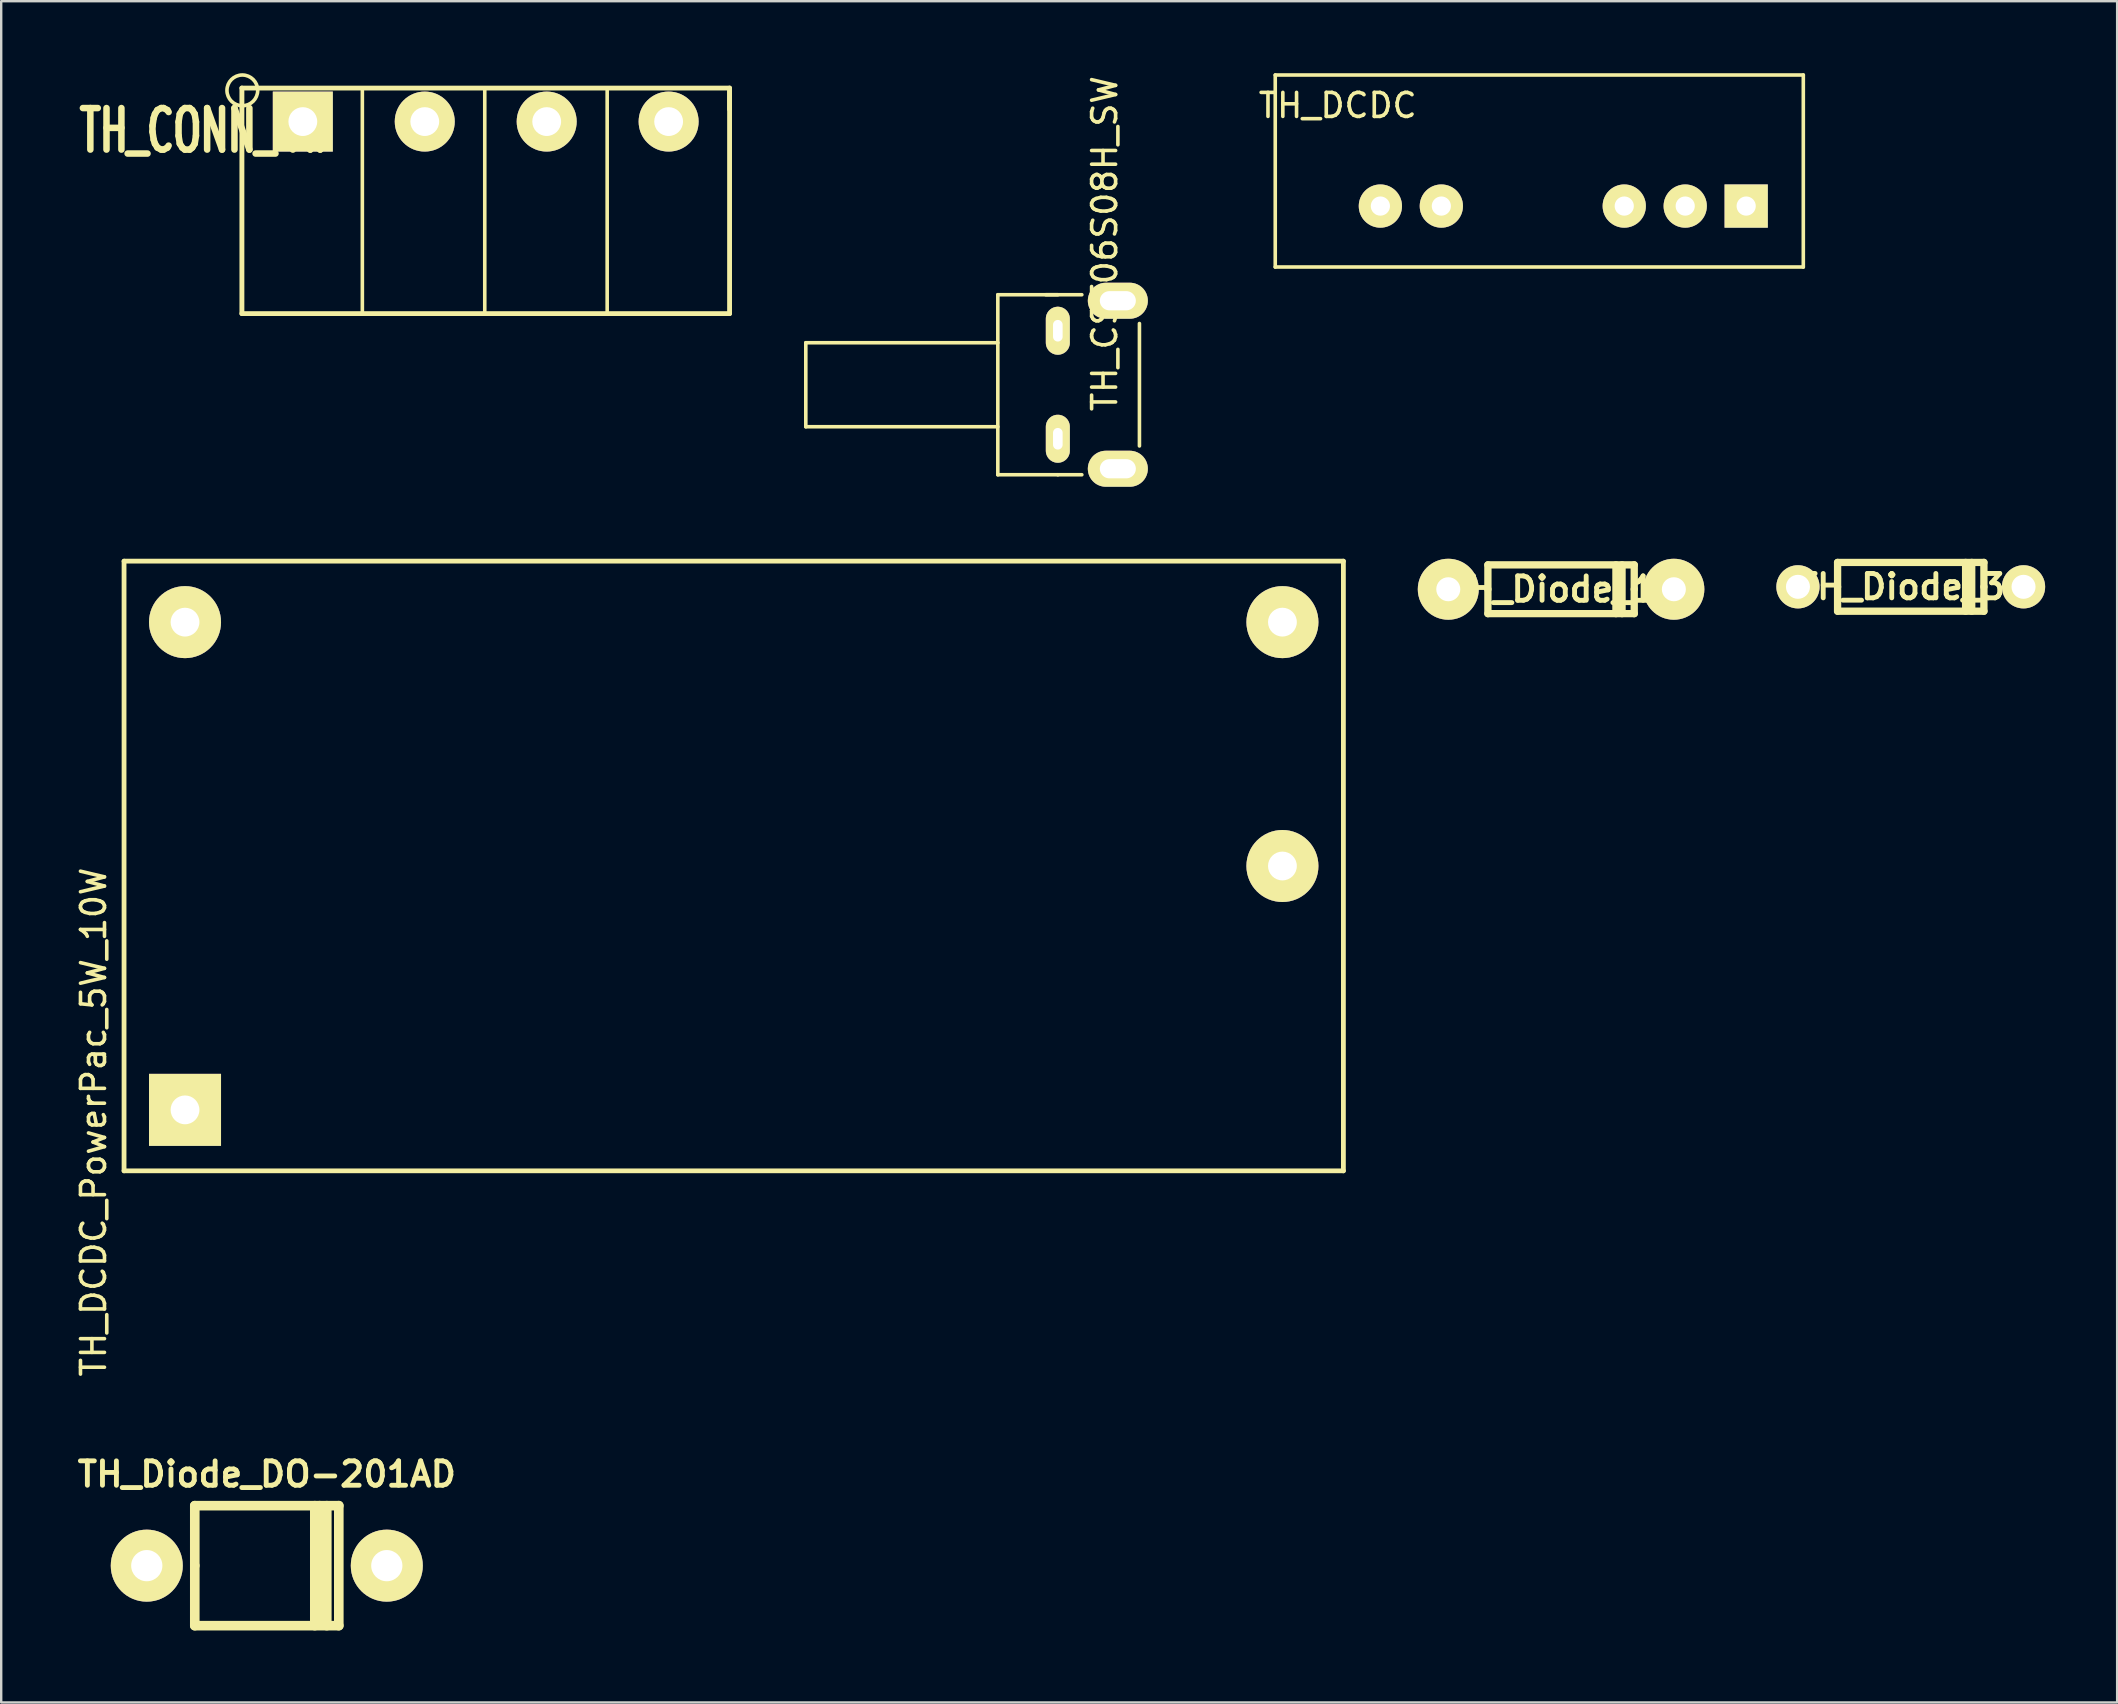
<source format=kicad_pcb>
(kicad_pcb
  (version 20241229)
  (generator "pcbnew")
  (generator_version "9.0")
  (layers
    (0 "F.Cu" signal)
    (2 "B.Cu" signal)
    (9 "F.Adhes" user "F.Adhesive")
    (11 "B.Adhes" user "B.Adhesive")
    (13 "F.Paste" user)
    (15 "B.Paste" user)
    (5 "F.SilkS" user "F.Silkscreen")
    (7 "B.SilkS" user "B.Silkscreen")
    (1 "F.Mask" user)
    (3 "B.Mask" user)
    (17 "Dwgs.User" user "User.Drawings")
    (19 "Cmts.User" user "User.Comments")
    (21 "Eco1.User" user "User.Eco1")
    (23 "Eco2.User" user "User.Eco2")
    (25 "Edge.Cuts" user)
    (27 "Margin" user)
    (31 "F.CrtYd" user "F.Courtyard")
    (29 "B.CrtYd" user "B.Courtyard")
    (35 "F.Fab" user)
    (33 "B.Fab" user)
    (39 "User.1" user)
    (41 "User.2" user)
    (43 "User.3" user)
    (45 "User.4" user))
  (footprint "TH_DCDC"
    (layer "F.Cu")
    (at 62.079 8.075)
    (property "Reference" "TH_DCDC" (at -9.398 -6.731 0) (layer "F.SilkS") (effects (font (size 1 1) (thickness 0.15))))
    (attr through_hole)
    (fp_line (start -12 -8) (end 10 -8) (stroke (width 0.15) (type solid)) (layer "F.SilkS"))
    (fp_line (start -12 0) (end -12 -8) (stroke (width 0.15) (type solid)) (layer "F.SilkS"))
    (fp_line (start 10 -8) (end 10 0) (stroke (width 0.15) (type solid)) (layer "F.SilkS"))
    (fp_line (start 10 0) (end -12 0) (stroke (width 0.15) (type solid)) (layer "F.SilkS"))
    (pad "1" thru_hole rect (at 7.62 -2.54) (size 1.801 1.801) (drill 0.8) (layers "*.Cu" "*.Mask" "F.SilkS"))
    (pad "2" thru_hole circle (at 5.08 -2.54) (size 1.801 1.801) (drill 0.8) (layers "*.Cu" "*.Mask" "F.SilkS"))
    (pad "3" thru_hole circle (at 2.54 -2.54) (size 1.801 1.801) (drill 0.8) (layers "*.Cu" "*.Mask" "F.SilkS"))
    (pad "6" thru_hole circle (at -5.08 -2.54) (size 1.801 1.801) (drill 0.8) (layers "*.Cu" "*.Mask" "F.SilkS"))
    (pad "7" thru_hole circle (at -7.62 -2.54) (size 1.801 1.801) (drill 0.8) (layers "*.Cu" "*.Mask" "F.SilkS")))
  (footprint "TH_Diode_1"
    (layer "F.Cu")
    (at 61.606 21.499)
    (property "Reference" "TH_Diode_1" (at 0 0 0) (layer "F.SilkS") (effects (font (size 1.016 1.016) (thickness 0.203))))
    (attr through_hole)
    (fp_line (start -2.667 -1.016) (end -2.667 0) (stroke (width 0.305) (type solid)) (layer "F.SilkS"))
    (fp_line (start -2.667 0) (end -2.667 1.016) (stroke (width 0.305) (type solid)) (layer "F.SilkS"))
    (fp_line (start -2.667 1.016) (end 3.429 1.016) (stroke (width 0.305) (type solid)) (layer "F.SilkS"))
    (fp_line (start 2.667 1.016) (end 2.667 -1.016) (stroke (width 0.305) (type solid)) (layer "F.SilkS"))
    (fp_line (start 2.921 -1.016) (end 2.921 1.016) (stroke (width 0.305) (type solid)) (layer "F.SilkS"))
    (fp_line (start 3.429 -1.016) (end -2.667 -1.016) (stroke (width 0.305) (type solid)) (layer "F.SilkS"))
    (fp_line (start 3.429 0) (end 3.429 -1.016) (stroke (width 0.305) (type solid)) (layer "F.SilkS"))
    (fp_line (start 3.429 1.016) (end 3.429 0) (stroke (width 0.305) (type solid)) (layer "F.SilkS"))
    (pad "1" thru_hole circle (at 5.08 0) (size 2.54 2.54) (drill 1.001) (layers "*.Cu" "*.Mask" "F.SilkS"))
    (pad "2" thru_hole circle (at -4.318 0) (size 2.54 2.54) (drill 1.001) (layers "*.Cu" "*.Mask" "F.SilkS")))
  (footprint "TH_Diode_3"
    (layer "F.Cu")
    (at 76.174 21.398)
    (property "Reference" "TH_Diode_3" (at 0 0 0) (layer "F.SilkS") (effects (font (size 1.016 1.016) (thickness 0.203))))
    (attr through_hole)
    (fp_line (start -2.667 -1.016) (end -2.667 0) (stroke (width 0.305) (type solid)) (layer "F.SilkS"))
    (fp_line (start -2.667 0) (end -2.667 1.016) (stroke (width 0.305) (type solid)) (layer "F.SilkS"))
    (fp_line (start -2.667 1.016) (end 3.429 1.016) (stroke (width 0.305) (type solid)) (layer "F.SilkS"))
    (fp_line (start 2.667 1.016) (end 2.667 -1.016) (stroke (width 0.305) (type solid)) (layer "F.SilkS"))
    (fp_line (start 2.921 -1.016) (end 2.921 1.016) (stroke (width 0.305) (type solid)) (layer "F.SilkS"))
    (fp_line (start 3.429 -1.016) (end -2.667 -1.016) (stroke (width 0.305) (type solid)) (layer "F.SilkS"))
    (fp_line (start 3.429 0) (end 3.429 -1.016) (stroke (width 0.305) (type solid)) (layer "F.SilkS"))
    (fp_line (start 3.429 1.016) (end 3.429 0) (stroke (width 0.305) (type solid)) (layer "F.SilkS"))
    (pad "1" thru_hole circle (at 5.08 0) (size 1.8 1.8) (drill 1.001) (layers "*.Cu" "*.Mask" "F.SilkS"))
    (pad "2" thru_hole circle (at -4.318 0) (size 1.8 1.8) (drill 1.001) (layers "*.Cu" "*.Mask" "F.SilkS")))
  (footprint "TH_CST06S08H_SW"
    (layer "F.Cu")
    (at 46.021 15.229)
    (property "Reference" "TH_CST06S08H_SW" (at -3.048 -8.128 90) (layer "F.SilkS") (effects (font (size 1 1) (thickness 0.15))))
    (attr smd)
    (fp_line (start -15.5 -4) (end -15.5 -0.5) (stroke (width 0.15) (type solid)) (layer "F.SilkS"))
    (fp_line (start -7.5 -6) (end -7.5 1.5) (stroke (width 0.15) (type solid)) (layer "F.SilkS"))
    (fp_line (start -7.5 -4) (end -15.5 -4) (stroke (width 0.15) (type solid)) (layer "F.SilkS"))
    (fp_line (start -7.5 -0.5) (end -15.5 -0.5) (stroke (width 0.15) (type solid)) (layer "F.SilkS"))
    (fp_line (start -7.5 1.5) (end -5 1.5) (stroke (width 0.15) (type solid)) (layer "F.SilkS"))
    (fp_line (start -5.5 -6) (end -4 -6) (stroke (width 0.15) (type solid)) (layer "F.SilkS"))
    (fp_line (start -5 -6) (end -7.5 -6) (stroke (width 0.15) (type solid)) (layer "F.SilkS"))
    (fp_line (start -5 1.5) (end -4 1.5) (stroke (width 0.15) (type solid)) (layer "F.SilkS"))
    (fp_line (start -1.6 0.3) (end -1.6 -4.8) (stroke (width 0.15) (type solid)) (layer "F.SilkS"))
    (pad "1" thru_hole oval (at -5 0) (size 1 2) (drill oval 0.4 0.9) (layers "*.Cu" "*.Mask" "F.SilkS"))
    (pad "2" thru_hole oval (at -5 -4.5) (size 1 2) (drill oval 0.4 0.9) (layers "*.Cu" "*.Mask" "F.SilkS"))
    (pad "3" thru_hole oval (at -2.5 -5.75) (size 2.5 1.5) (drill oval 1.5 0.8) (layers "*.Cu" "*.Mask" "F.SilkS"))
    (pad "4" thru_hole oval (at -2.5 1.25) (size 2.5 1.5) (drill oval 1.5 0.8) (layers "*.Cu" "*.Mask" "F.SilkS")))
  (footprint "TH_CONN_4W"
    (layer "F.Cu")
    (at 14.646 2.015)
    (property "Reference" "TH_CONN_4W" (at -9.144 0.381 0) (layer "F.SilkS") (effects (font (size 1.73 1.087) (thickness 0.272))))
    (attr through_hole)
    (fp_line (start -7.62 -1.397) (end -7.62 8.001) (stroke (width 0.2) (type solid)) (layer "F.SilkS"))
    (fp_line (start -7.62 -1.397) (end 12.7 -1.397) (stroke (width 0.2) (type solid)) (layer "F.SilkS"))
    (fp_line (start -7.62 8.001) (end 12.7 8.001) (stroke (width 0.2) (type solid)) (layer "F.SilkS"))
    (fp_line (start -7.6 8) (end -7.6 -1.3) (stroke (width 0.15) (type solid)) (layer "F.SilkS"))
    (fp_line (start -2.6 -1.3) (end -2.6 8) (stroke (width 0.15) (type solid)) (layer "F.SilkS"))
    (fp_line (start 2.5 8) (end 2.5 -1.3) (stroke (width 0.15) (type solid)) (layer "F.SilkS"))
    (fp_line (start 7.6 -1.3) (end 7.6 8) (stroke (width 0.15) (type solid)) (layer "F.SilkS"))
    (fp_line (start 12.7 -1.397) (end 12.7 -0.508) (stroke (width 0.2) (type solid)) (layer "F.SilkS"))
    (fp_line (start 12.7 8) (end 12.7 -1.2) (stroke (width 0.15) (type solid)) (layer "F.SilkS"))
    (fp_line (start 12.7 8.001) (end 12.7 -1.27) (stroke (width 0.2) (type solid)) (layer "F.SilkS"))
    (fp_circle (center -7.6 -1.3) (end -7.2 -0.8) (stroke (width 0.15) (type solid)) (fill no) (layer "F.SilkS"))
    (pad "1" thru_hole rect (at -5.08 0) (size 2.499 2.499) (drill 1.2) (layers "*.Cu" "*.Mask" "F.SilkS"))
    (pad "2" thru_hole circle (at 0 0) (size 2.499 2.499) (drill 1.2) (layers "*.Cu" "*.Mask" "F.SilkS"))
    (pad "3" thru_hole circle (at 5.08 0) (size 2.499 2.499) (drill 1.2) (layers "*.Cu" "*.Mask" "F.SilkS"))
    (pad "4" thru_hole circle (at 10.16 0) (size 2.499 2.499) (drill 1.2) (layers "*.Cu" "*.Mask" "F.SilkS")))
  (footprint "TH_Diode_DO-201AD"
    (layer "F.Cu")
    (at 8.065 62.178)
    (property "Reference" "TH_Diode_DO-201AD" (at 0 -3.81 0) (layer "F.SilkS") (effects (font (size 1.016 1.016) (thickness 0.203))))
    (attr through_hole)
    (fp_line (start -3 -2.5) (end 3 -2.5) (stroke (width 0.4) (type solid)) (layer "F.SilkS"))
    (fp_line (start -3 0) (end -3 -2.5) (stroke (width 0.4) (type solid)) (layer "F.SilkS"))
    (fp_line (start -3 2.5) (end -3 0) (stroke (width 0.4) (type solid)) (layer "F.SilkS"))
    (fp_line (start 2 -2.5) (end 2 2.5) (stroke (width 0.4) (type solid)) (layer "F.SilkS"))
    (fp_line (start 2.2 -2.5) (end 2.2 2.4) (stroke (width 0.4) (type solid)) (layer "F.SilkS"))
    (fp_line (start 2.5 -2.5) (end 2.5 2.5) (stroke (width 0.4) (type solid)) (layer "F.SilkS"))
    (fp_line (start 3 -2.5) (end 3 2.5) (stroke (width 0.4) (type solid)) (layer "F.SilkS"))
    (fp_line (start 3 2.5) (end -3 2.5) (stroke (width 0.4) (type solid)) (layer "F.SilkS"))
    (pad "1" thru_hole circle (at -5 0) (size 3 3) (drill 1.3) (layers "*.Cu" "*.Mask" "F.SilkS"))
    (pad "2" thru_hole circle (at 5 0) (size 3 3) (drill 1.3) (layers "*.Cu" "*.Mask" "F.SilkS")))
  (footprint "TH_DCDC_PowerPac_5W_10W"
    (layer "F.Cu")
    (at 27.518 33.029)
    (property "Reference" "TH_DCDC_PowerPac_5W_10W" (at -26.67 10.668 90) (layer "F.SilkS") (effects (font (size 1 1) (thickness 0.15))))
    (attr through_hole)
    (fp_line (start -25.4 -12.7) (end 25.4 -12.7) (stroke (width 0.2) (type solid)) (layer "F.SilkS"))
    (fp_line (start -25.4 12.7) (end -25.4 -12.7) (stroke (width 0.2) (type solid)) (layer "F.SilkS"))
    (fp_line (start 25.4 -12.7) (end 25.4 12.7) (stroke (width 0.2) (type solid)) (layer "F.SilkS"))
    (fp_line (start 25.4 12.7) (end -25.4 12.7) (stroke (width 0.2) (type solid)) (layer "F.SilkS"))
    (pad "1" thru_hole rect (at -22.86 10.16) (size 3 3) (drill 1.2) (layers "*.Cu" "*.Mask" "F.SilkS"))
    (pad "2" thru_hole circle (at -22.86 -10.16) (size 3 3) (drill 1.2) (layers "*.Cu" "*.Mask" "F.SilkS"))
    (pad "3" thru_hole circle (at 22.86 -10.16) (size 3 3) (drill 1.2) (layers "*.Cu" "*.Mask" "F.SilkS"))
    (pad "4" thru_hole circle (at 22.86 0) (size 3 3) (drill 1.2) (layers "*.Cu" "*.Mask" "F.SilkS")))
  (gr_rect
    (start -3 -3)
    (end 85.154 67.878)
    (stroke (width 0.1) (type default))
    (fill no)
    (layer "Edge.Cuts")))
</source>
